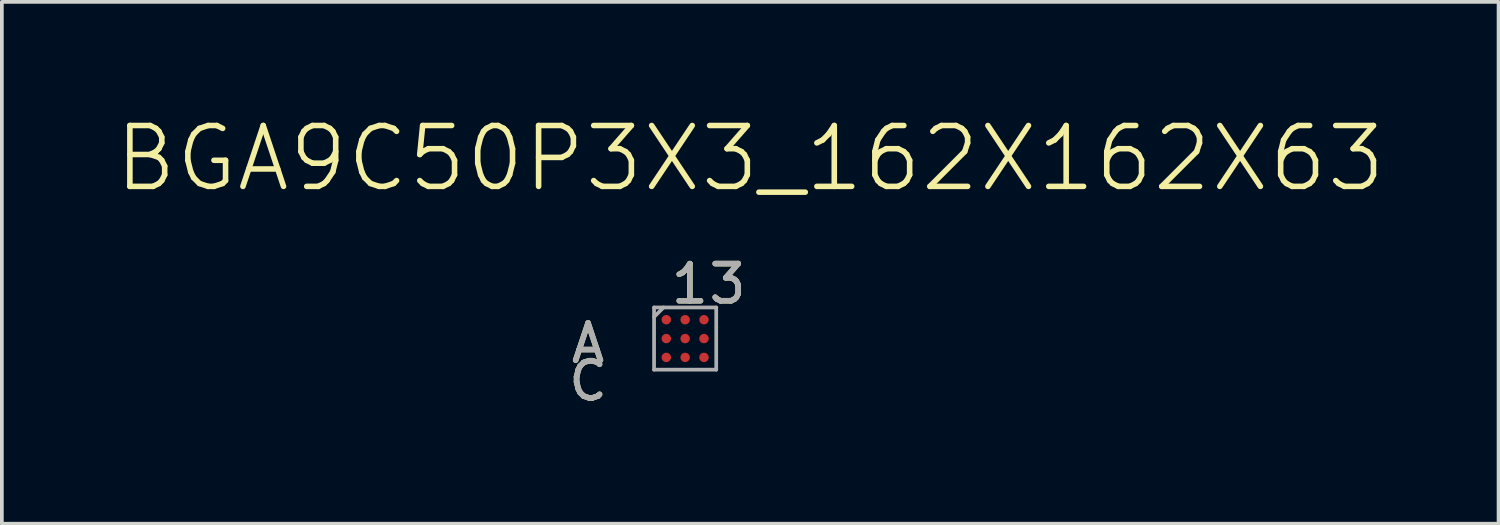
<source format=kicad_pcb>
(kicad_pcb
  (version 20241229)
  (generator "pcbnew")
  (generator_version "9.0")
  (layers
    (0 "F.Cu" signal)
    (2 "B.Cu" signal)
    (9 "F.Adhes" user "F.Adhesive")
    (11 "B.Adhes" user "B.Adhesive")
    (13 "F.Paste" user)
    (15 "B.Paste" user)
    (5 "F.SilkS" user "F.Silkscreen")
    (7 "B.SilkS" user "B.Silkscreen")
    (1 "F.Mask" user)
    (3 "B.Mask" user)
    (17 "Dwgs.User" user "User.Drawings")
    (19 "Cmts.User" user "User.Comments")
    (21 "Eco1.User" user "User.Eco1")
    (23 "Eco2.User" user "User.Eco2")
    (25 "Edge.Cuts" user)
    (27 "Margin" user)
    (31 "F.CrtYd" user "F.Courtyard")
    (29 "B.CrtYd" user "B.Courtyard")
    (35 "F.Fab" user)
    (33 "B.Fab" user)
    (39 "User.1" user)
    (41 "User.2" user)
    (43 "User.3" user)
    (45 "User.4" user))
  (footprint "BGA9C50P3X3_162X162X63"
    (layer "F.Cu")
    (at 15.42 6.077)
    (property "Reference" "BGA9C50P3X3_162X162X63" (at 1.754 -4.854 0) (layer "F.SilkS") (effects (font (size 1.641 1.641) (thickness 0.15))))
    (attr smd)
    (fp_line (start -0.838 -0.838) (end -0.838 0.838) (stroke (width 0.1) (type solid)) (layer "F.Fab"))
    (fp_line (start -0.838 0.838) (end 0.838 0.838) (stroke (width 0.1) (type solid)) (layer "F.Fab"))
    (fp_line (start -0.584 -0.838) (end -0.838 -0.584) (stroke (width 0.1) (type solid)) (layer "F.Fab"))
    (fp_line (start 0.838 -0.838) (end -0.838 -0.838) (stroke (width 0.1) (type solid)) (layer "F.Fab"))
    (fp_line (start 0.838 0.838) (end 0.838 -0.838) (stroke (width 0.1) (type solid)) (layer "F.Fab"))
    (fp_text user "3" (at 1.143 -1.474 0) (layer "F.SilkS") (effects (font (size 1 1) (thickness 0.15))))
    (fp_text user "C" (at -2.617 1.143 0) (layer "F.SilkS") (effects (font (size 1 1) (thickness 0.15))))
    (fp_text user "A" (at -2.618 0.127 0) (layer "F.SilkS") (effects (font (size 1.001 1.001) (thickness 0.15))))
    (fp_text user "1" (at 0.127 -1.474 0) (layer "F.SilkS") (effects (font (size 1.001 1.001) (thickness 0.15))))
    (fp_text user "1" (at 0.127 -1.474 0) (layer "F.Fab") (effects (font (size 1 1) (thickness 0.15))))
    (fp_text user "C" (at -2.616 1.143 0) (layer "F.Fab") (effects (font (size 1 1) (thickness 0.15))))
    (fp_text user "3" (at 1.145 -1.476 0) (layer "F.Fab") (effects (font (size 1.002 1.002) (thickness 0.15))))
    (fp_text user "A" (at -2.616 0.127 0) (layer "F.Fab") (effects (font (size 1 1) (thickness 0.15))))
    (pad "A1" smd circle (at -0.508 -0.508) (size 0.254 0.254) (layers "F.Cu" "F.Mask" "F.Paste"))
    (pad "A2" smd circle (at 0 -0.508) (size 0.254 0.254) (layers "F.Cu" "F.Mask" "F.Paste"))
    (pad "A3" smd circle (at 0.508 -0.508) (size 0.254 0.254) (layers "F.Cu" "F.Mask" "F.Paste"))
    (pad "B1" smd circle (at -0.508 0) (size 0.254 0.254) (layers "F.Cu" "F.Mask" "F.Paste"))
    (pad "B2" smd circle (at 0 0) (size 0.254 0.254) (layers "F.Cu" "F.Mask" "F.Paste"))
    (pad "B3" smd circle (at 0.508 0) (size 0.254 0.254) (layers "F.Cu" "F.Mask" "F.Paste"))
    (pad "C1" smd circle (at -0.508 0.508) (size 0.254 0.254) (layers "F.Cu" "F.Mask" "F.Paste"))
    (pad "C2" smd circle (at 0 0.508) (size 0.254 0.254) (layers "F.Cu" "F.Mask" "F.Paste"))
    (pad "C3" smd circle (at 0.508 0.508) (size 0.254 0.254) (layers "F.Cu" "F.Mask" "F.Paste")))
  (gr_rect
    (start -3 -3)
    (end 37.348 11.069)
    (stroke (width 0.1) (type default))
    (fill no)
    (layer "Edge.Cuts")))
</source>
